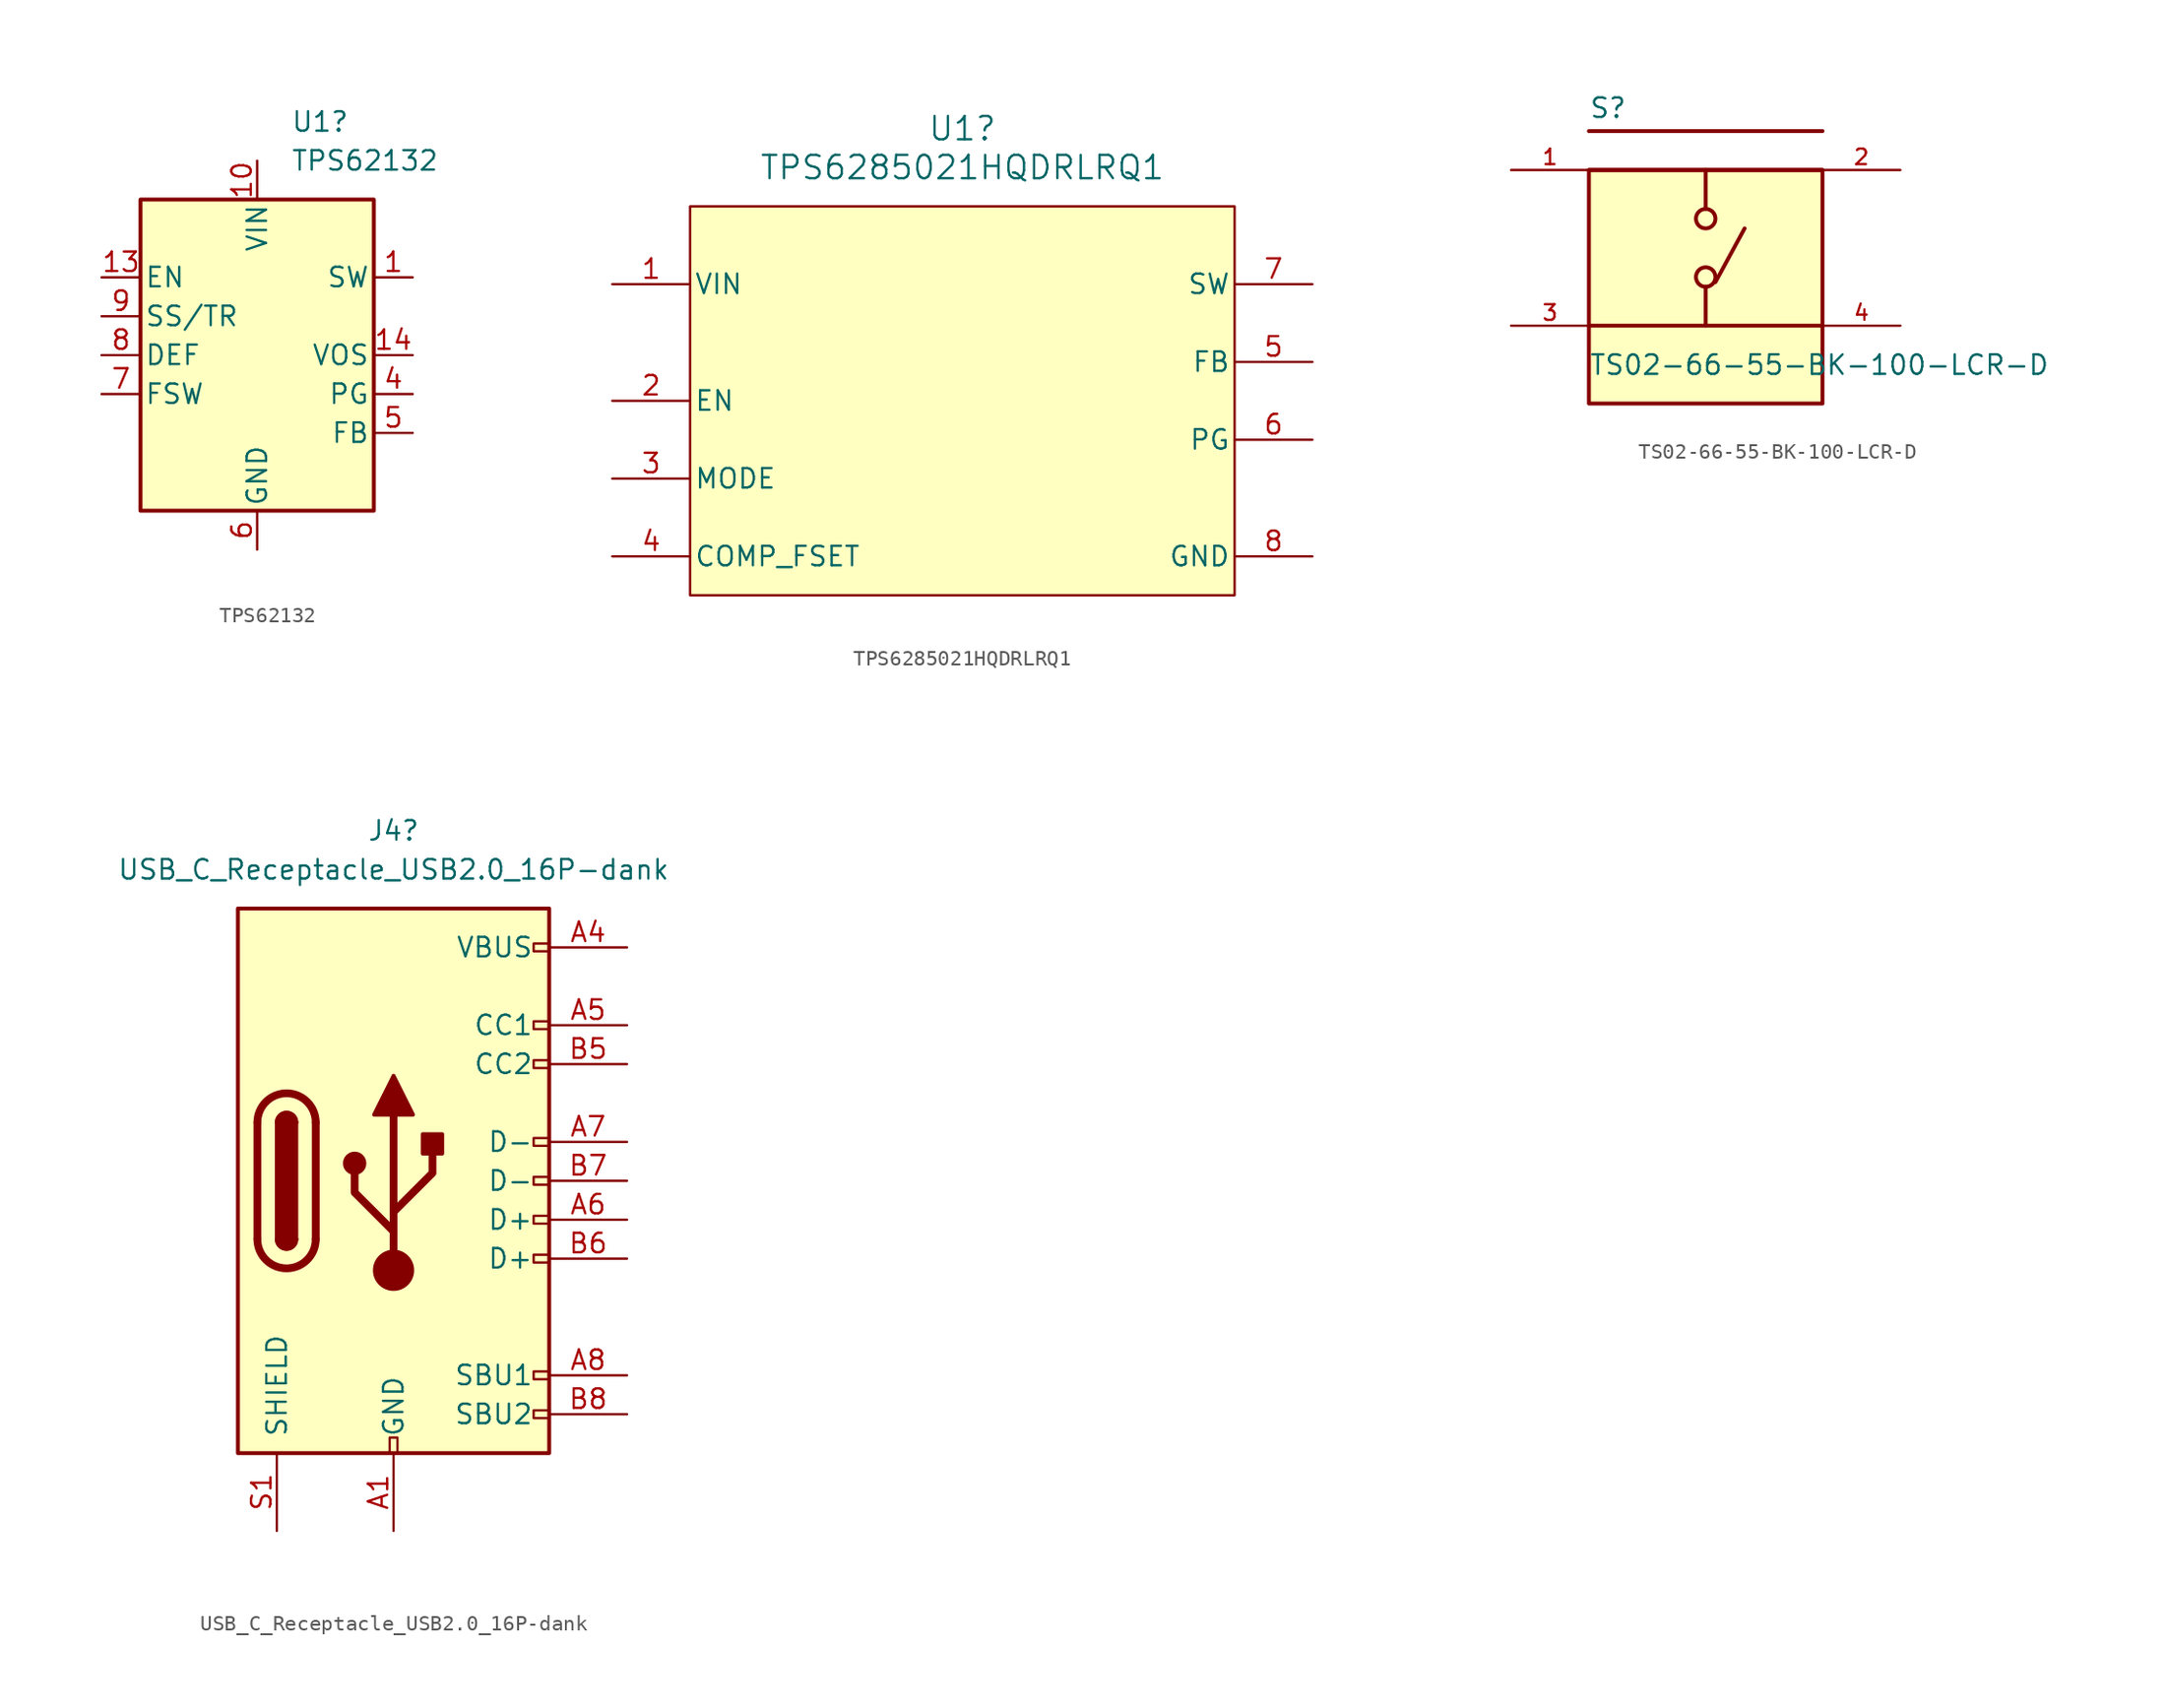
<source format=kicad_sym>
(kicad_symbol_lib
  (version 20231120)
  (generator "kicad_symbol_editor")
  (generator_version "8.0")
  (symbol "TPS62132"
    (pin_names
      (offset 0.254))
    (property "Reference" "U1"
      (at 2.194 15.24 0)
      (effects (font (size 1.27 1.27)) (justify left)))
    (property "Value" "TPS62132"
      (at 2.194 12.7 0)
      (effects (font (size 1.27 1.27)) (justify left)))
    (symbol "TPS62132_0_1"
      (rectangle (start -7.62 10.16) (end 7.62 -10.16) (stroke (width 0.254) (type default)) (fill (type background))))
    (symbol "TPS62132_1_1"
      (pin output line (at 10.16 5.08 180) (length 2.54) (name "SW" (effects (font (size 1.27 1.27)))) (number "1" (effects (font (size 1.27 1.27)))))
      (pin power_in line (at 0 12.7 270) (length 2.54) (name "VIN" (effects (font (size 1.27 1.27)))) (number "10" (effects (font (size 1.27 1.27)))))
      (pin passive line (at 0 12.7 270) (length 2.54) hide (name "VIN" (effects (font (size 1.27 1.27)))) (number "11" (effects (font (size 1.27 1.27)))))
      (pin passive line (at 0 12.7 270) (length 2.54) hide (name "VIN" (effects (font (size 1.27 1.27)))) (number "12" (effects (font (size 1.27 1.27)))))
      (pin input line (at -10.16 5.08 0) (length 2.54) (name "EN" (effects (font (size 1.27 1.27)))) (number "13" (effects (font (size 1.27 1.27)))))
      (pin input line (at 10.16 0 180) (length 2.54) (name "VOS" (effects (font (size 1.27 1.27)))) (number "14" (effects (font (size 1.27 1.27)))))
      (pin passive line (at 0 -12.7 90) (length 2.54) hide (name "GND" (effects (font (size 1.27 1.27)))) (number "15" (effects (font (size 1.27 1.27)))))
      (pin passive line (at 0 -12.7 90) (length 2.54) hide (name "GND" (effects (font (size 1.27 1.27)))) (number "16" (effects (font (size 1.27 1.27)))))
      (pin passive line (at 0 -12.7 90) (length 2.54) hide (name "GND" (effects (font (size 1.27 1.27)))) (number "17" (effects (font (size 1.27 1.27)))))
      (pin passive line (at 10.16 5.08 180) (length 2.54) hide (name "SW" (effects (font (size 1.27 1.27)))) (number "2" (effects (font (size 1.27 1.27)))))
      (pin passive line (at 10.16 5.08 180) (length 2.54) hide (name "SW" (effects (font (size 1.27 1.27)))) (number "3" (effects (font (size 1.27 1.27)))))
      (pin open_collector line (at 10.16 -2.54 180) (length 2.54) (name "PG" (effects (font (size 1.27 1.27)))) (number "4" (effects (font (size 1.27 1.27)))))
      (pin input line (at 10.16 -5.08 180) (length 2.54) (name "FB" (effects (font (size 1.27 1.27)))) (number "5" (effects (font (size 1.27 1.27)))))
      (pin power_in line (at 0 -12.7 90) (length 2.54) (name "GND" (effects (font (size 1.27 1.27)))) (number "6" (effects (font (size 1.27 1.27)))))
      (pin input line (at -10.16 -2.54 0) (length 2.54) (name "FSW" (effects (font (size 1.27 1.27)))) (number "7" (effects (font (size 1.27 1.27)))))
      (pin input line (at -10.16 0 0) (length 2.54) (name "DEF" (effects (font (size 1.27 1.27)))) (number "8" (effects (font (size 1.27 1.27)))))
      (pin input line (at -10.16 2.54 0) (length 2.54) (name "SS/TR" (effects (font (size 1.27 1.27)))) (number "9" (effects (font (size 1.27 1.27)))))))
  (symbol "TPS6285021HQDRLRQ1"
    (pin_names
      (offset 0.254))
    (property "Reference" "U1"
      (at 22.86 10.16 0)
      (effects (font (size 1.524 1.524))))
    (property "Value" "TPS6285021HQDRLRQ1"
      (at 22.86 7.62 0)
      (effects (font (size 1.524 1.524))))
    (symbol "TPS6285021HQDRLRQ1_0_1"
      (rectangle (start 5.08 5.08) (end 40.64 -20.32) (stroke (width 0) (type default)) (fill (type background)))
      (pin power_in line (at 0 0 0) (length 5.08) (name "VIN" (effects (font (size 1.27 1.27)))) (number "1" (effects (font (size 1.27 1.27)))))
      (pin input line (at 0 -7.62 0) (length 5.08) (name "EN" (effects (font (size 1.27 1.27)))) (number "2" (effects (font (size 1.27 1.27)))))
      (pin input line (at 0 -12.7 0) (length 5.08) (name "MODE" (effects (font (size 1.27 1.27)))) (number "3" (effects (font (size 1.27 1.27)))))
      (pin input line (at 0 -17.78 0) (length 5.08) (name "COMP_FSET" (effects (font (size 1.27 1.27)))) (number "4" (effects (font (size 1.27 1.27)))))
      (pin input line (at 45.72 -5.08 180) (length 5.08) (name "FB" (effects (font (size 1.27 1.27)))) (number "5" (effects (font (size 1.27 1.27)))))
      (pin open_collector line (at 45.72 -10.16 180) (length 5.08) (name "PG" (effects (font (size 1.27 1.27)))) (number "6" (effects (font (size 1.27 1.27)))))
      (pin output line (at 45.72 0 180) (length 5.08) (name "SW" (effects (font (size 1.27 1.27)))) (number "7" (effects (font (size 1.27 1.27)))))
      (pin power_in line (at 45.72 -17.78 180) (length 5.08) (name "GND" (effects (font (size 1.27 1.27)))) (number "8" (effects (font (size 1.27 1.27)))))))
  (symbol "TS02-66-55-BK-100-LCR-D"
    (pin_names
      (offset 1.016) hide)
    (property "Reference" "S"
      (at -7.62 8.382 0)
      (effects (font (size 1.27 1.27)) (justify left bottom)))
    (property "Value" "TS02-66-55-BK-100-LCR-D"
      (at -7.62 -8.382 0)
      (effects (font (size 1.27 1.27)) (justify left bottom)))
    (property "ki_locked" ""
      (at 0 0 0)
      (effects (font (size 1.27 1.27))))
    (symbol "TS02-66-55-BK-100-LCR-D_0_0"
      (rectangle (start -7.62 -10.16) (end 7.62 5.08) (stroke (width 0.254) (type solid)) (fill (type background)))
      (circle (center 0 -1.905) (radius 0.635) (stroke (width 0.254) (type solid)) (fill (type none)))
      (polyline (pts (xy 0 -2.54) (xy 0 -5.08)) (stroke (width 0.254) (type solid)) (fill (type none)))
      (polyline (pts (xy 0 5.08) (xy 0 2.54)) (stroke (width 0.254) (type solid)) (fill (type none)))
      (polyline (pts (xy 0.635 -2.235) (xy 2.54 1.27)) (stroke (width 0.254) (type solid)) (fill (type none)))
      (polyline (pts (xy 7.62 -5.08) (xy -7.62 -5.08)) (stroke (width 0.254) (type solid)) (fill (type none)))
      (polyline (pts (xy 7.62 5.08) (xy -7.62 5.08)) (stroke (width 0.254) (type solid)) (fill (type none)))
      (polyline (pts (xy 7.62 7.62) (xy -7.62 7.62)) (stroke (width 0.254) (type solid)) (fill (type none)))
      (circle (center 0 1.905) (radius 0.635) (stroke (width 0.254) (type solid)) (fill (type none)))
      (pin passive line (at -12.7 5.08 0) (length 5.08) (name "~" (effects (font (size 1.016 1.016)))) (number "1" (effects (font (size 1.016 1.016)))))
      (pin passive line (at 12.7 5.08 180) (length 5.08) (name "~" (effects (font (size 1.016 1.016)))) (number "2" (effects (font (size 1.016 1.016)))))
      (pin passive line (at -12.7 -5.08 0) (length 5.08) (name "~" (effects (font (size 1.016 1.016)))) (number "3" (effects (font (size 1.016 1.016)))))
      (pin passive line (at 12.7 -5.08 180) (length 5.08) (name "~" (effects (font (size 1.016 1.016)))) (number "4" (effects (font (size 1.016 1.016)))))))
  (symbol "USB_C_Receptacle_USB2.0_16P-dank"
    (pin_names
      (offset 1.016))
    (property "Reference" "J4"
      (at 0 22.86 0)
      (effects (font (size 1.27 1.27))))
    (property "Value" "USB_C_Receptacle_USB2.0_16P-dank"
      (at 0 20.32 0)
      (effects (font (size 1.27 1.27))))
    (symbol "USB_C_Receptacle_USB2.0_16P-dank_0_0"
      (rectangle (start -0.254 -17.78) (end 0.254 -16.764) (stroke (width 0) (type default)) (fill (type none)))
      (rectangle (start 10.16 -14.986) (end 9.144 -15.494) (stroke (width 0) (type default)) (fill (type none)))
      (rectangle (start 10.16 -12.446) (end 9.144 -12.954) (stroke (width 0) (type default)) (fill (type none)))
      (rectangle (start 10.16 -4.826) (end 9.144 -5.334) (stroke (width 0) (type default)) (fill (type none)))
      (rectangle (start 10.16 -2.286) (end 9.144 -2.794) (stroke (width 0) (type default)) (fill (type none)))
      (rectangle (start 10.16 0.254) (end 9.144 -0.254) (stroke (width 0) (type default)) (fill (type none)))
      (rectangle (start 10.16 2.794) (end 9.144 2.286) (stroke (width 0) (type default)) (fill (type none)))
      (rectangle (start 10.16 7.874) (end 9.144 7.366) (stroke (width 0) (type default)) (fill (type none)))
      (rectangle (start 10.16 10.414) (end 9.144 9.906) (stroke (width 0) (type default)) (fill (type none)))
      (rectangle (start 10.16 15.494) (end 9.144 14.986) (stroke (width 0) (type default)) (fill (type none))))
    (symbol "USB_C_Receptacle_USB2.0_16P-dank_0_1"
      (rectangle (start -10.16 17.78) (end 10.16 -17.78) (stroke (width 0.254) (type default)) (fill (type background)))
      (arc (start -8.89 -3.81) (mid -6.985 -5.7067) (end -5.08 -3.81) (stroke (width 0.508) (type default)) (fill (type none)))
      (arc (start -7.62 -3.81) (mid -6.985 -4.4423) (end -6.35 -3.81) (stroke (width 0.254) (type default)) (fill (type none)))
      (arc (start -7.62 -3.81) (mid -6.985 -4.4423) (end -6.35 -3.81) (stroke (width 0.254) (type default)) (fill (type outline)))
      (rectangle (start -7.62 -3.81) (end -6.35 3.81) (stroke (width 0.254) (type default)) (fill (type outline)))
      (arc (start -6.35 3.81) (mid -6.985 4.4423) (end -7.62 3.81) (stroke (width 0.254) (type default)) (fill (type none)))
      (arc (start -6.35 3.81) (mid -6.985 4.4423) (end -7.62 3.81) (stroke (width 0.254) (type default)) (fill (type outline)))
      (arc (start -5.08 3.81) (mid -6.985 5.7067) (end -8.89 3.81) (stroke (width 0.508) (type default)) (fill (type none)))
      (circle (center -2.54 1.143) (radius 0.635) (stroke (width 0.254) (type default)) (fill (type outline)))
      (circle (center 0 -5.842) (radius 1.27) (stroke (width 0) (type default)) (fill (type outline)))
      (polyline (pts (xy -8.89 -3.81) (xy -8.89 3.81)) (stroke (width 0.508) (type default)) (fill (type none)))
      (polyline (pts (xy -5.08 3.81) (xy -5.08 -3.81)) (stroke (width 0.508) (type default)) (fill (type none)))
      (polyline (pts (xy 0 -5.842) (xy 0 4.318)) (stroke (width 0.508) (type default)) (fill (type none)))
      (polyline (pts (xy 0 -3.302) (xy -2.54 -0.762) (xy -2.54 0.508)) (stroke (width 0.508) (type default)) (fill (type none)))
      (polyline (pts (xy 0 -2.032) (xy 2.54 0.508) (xy 2.54 1.778)) (stroke (width 0.508) (type default)) (fill (type none)))
      (polyline (pts (xy -1.27 4.318) (xy 0 6.858) (xy 1.27 4.318) (xy -1.27 4.318)) (stroke (width 0.254) (type default)) (fill (type outline)))
      (rectangle (start 1.905 1.778) (end 3.175 3.048) (stroke (width 0.254) (type default)) (fill (type outline))))
    (symbol "USB_C_Receptacle_USB2.0_16P-dank_1_1"
      (pin passive line (at 0 -22.86 90) (length 5.08) (name "GND" (effects (font (size 1.27 1.27)))) (number "A1" (effects (font (size 1.27 1.27)))))
      (pin passive line (at 0 -22.86 90) (length 5.08) hide (name "GND" (effects (font (size 1.27 1.27)))) (number "A12" (effects (font (size 1.27 1.27)))))
      (pin passive line (at 15.24 15.24 180) (length 5.08) (name "VBUS" (effects (font (size 1.27 1.27)))) (number "A4" (effects (font (size 1.27 1.27)))))
      (pin bidirectional line (at 15.24 10.16 180) (length 5.08) (name "CC1" (effects (font (size 1.27 1.27)))) (number "A5" (effects (font (size 1.27 1.27)))))
      (pin bidirectional line (at 15.24 -2.54 180) (length 5.08) (name "D+" (effects (font (size 1.27 1.27)))) (number "A6" (effects (font (size 1.27 1.27)))))
      (pin bidirectional line (at 15.24 2.54 180) (length 5.08) (name "D-" (effects (font (size 1.27 1.27)))) (number "A7" (effects (font (size 1.27 1.27)))))
      (pin bidirectional line (at 15.24 -12.7 180) (length 5.08) (name "SBU1" (effects (font (size 1.27 1.27)))) (number "A8" (effects (font (size 1.27 1.27)))))
      (pin passive line (at 15.24 15.24 180) (length 5.08) hide (name "VBUS" (effects (font (size 1.27 1.27)))) (number "A9" (effects (font (size 1.27 1.27)))))
      (pin passive line (at 0 -22.86 90) (length 5.08) hide (name "GND" (effects (font (size 1.27 1.27)))) (number "B1" (effects (font (size 1.27 1.27)))))
      (pin passive line (at 0 -22.86 90) (length 5.08) hide (name "GND" (effects (font (size 1.27 1.27)))) (number "B12" (effects (font (size 1.27 1.27)))))
      (pin passive line (at 15.24 15.24 180) (length 5.08) hide (name "VBUS" (effects (font (size 1.27 1.27)))) (number "B4" (effects (font (size 1.27 1.27)))))
      (pin bidirectional line (at 15.24 7.62 180) (length 5.08) (name "CC2" (effects (font (size 1.27 1.27)))) (number "B5" (effects (font (size 1.27 1.27)))))
      (pin bidirectional line (at 15.24 -5.08 180) (length 5.08) (name "D+" (effects (font (size 1.27 1.27)))) (number "B6" (effects (font (size 1.27 1.27)))))
      (pin bidirectional line (at 15.24 0 180) (length 5.08) (name "D-" (effects (font (size 1.27 1.27)))) (number "B7" (effects (font (size 1.27 1.27)))))
      (pin bidirectional line (at 15.24 -15.24 180) (length 5.08) (name "SBU2" (effects (font (size 1.27 1.27)))) (number "B8" (effects (font (size 1.27 1.27)))))
      (pin passive line (at 15.24 15.24 180) (length 5.08) hide (name "VBUS" (effects (font (size 1.27 1.27)))) (number "B9" (effects (font (size 1.27 1.27)))))
      (pin passive line (at -7.62 -22.86 90) (length 5.08) (name "SHIELD" (effects (font (size 1.27 1.27)))) (number "S1" (effects (font (size 1.27 1.27))))))))
</source>
